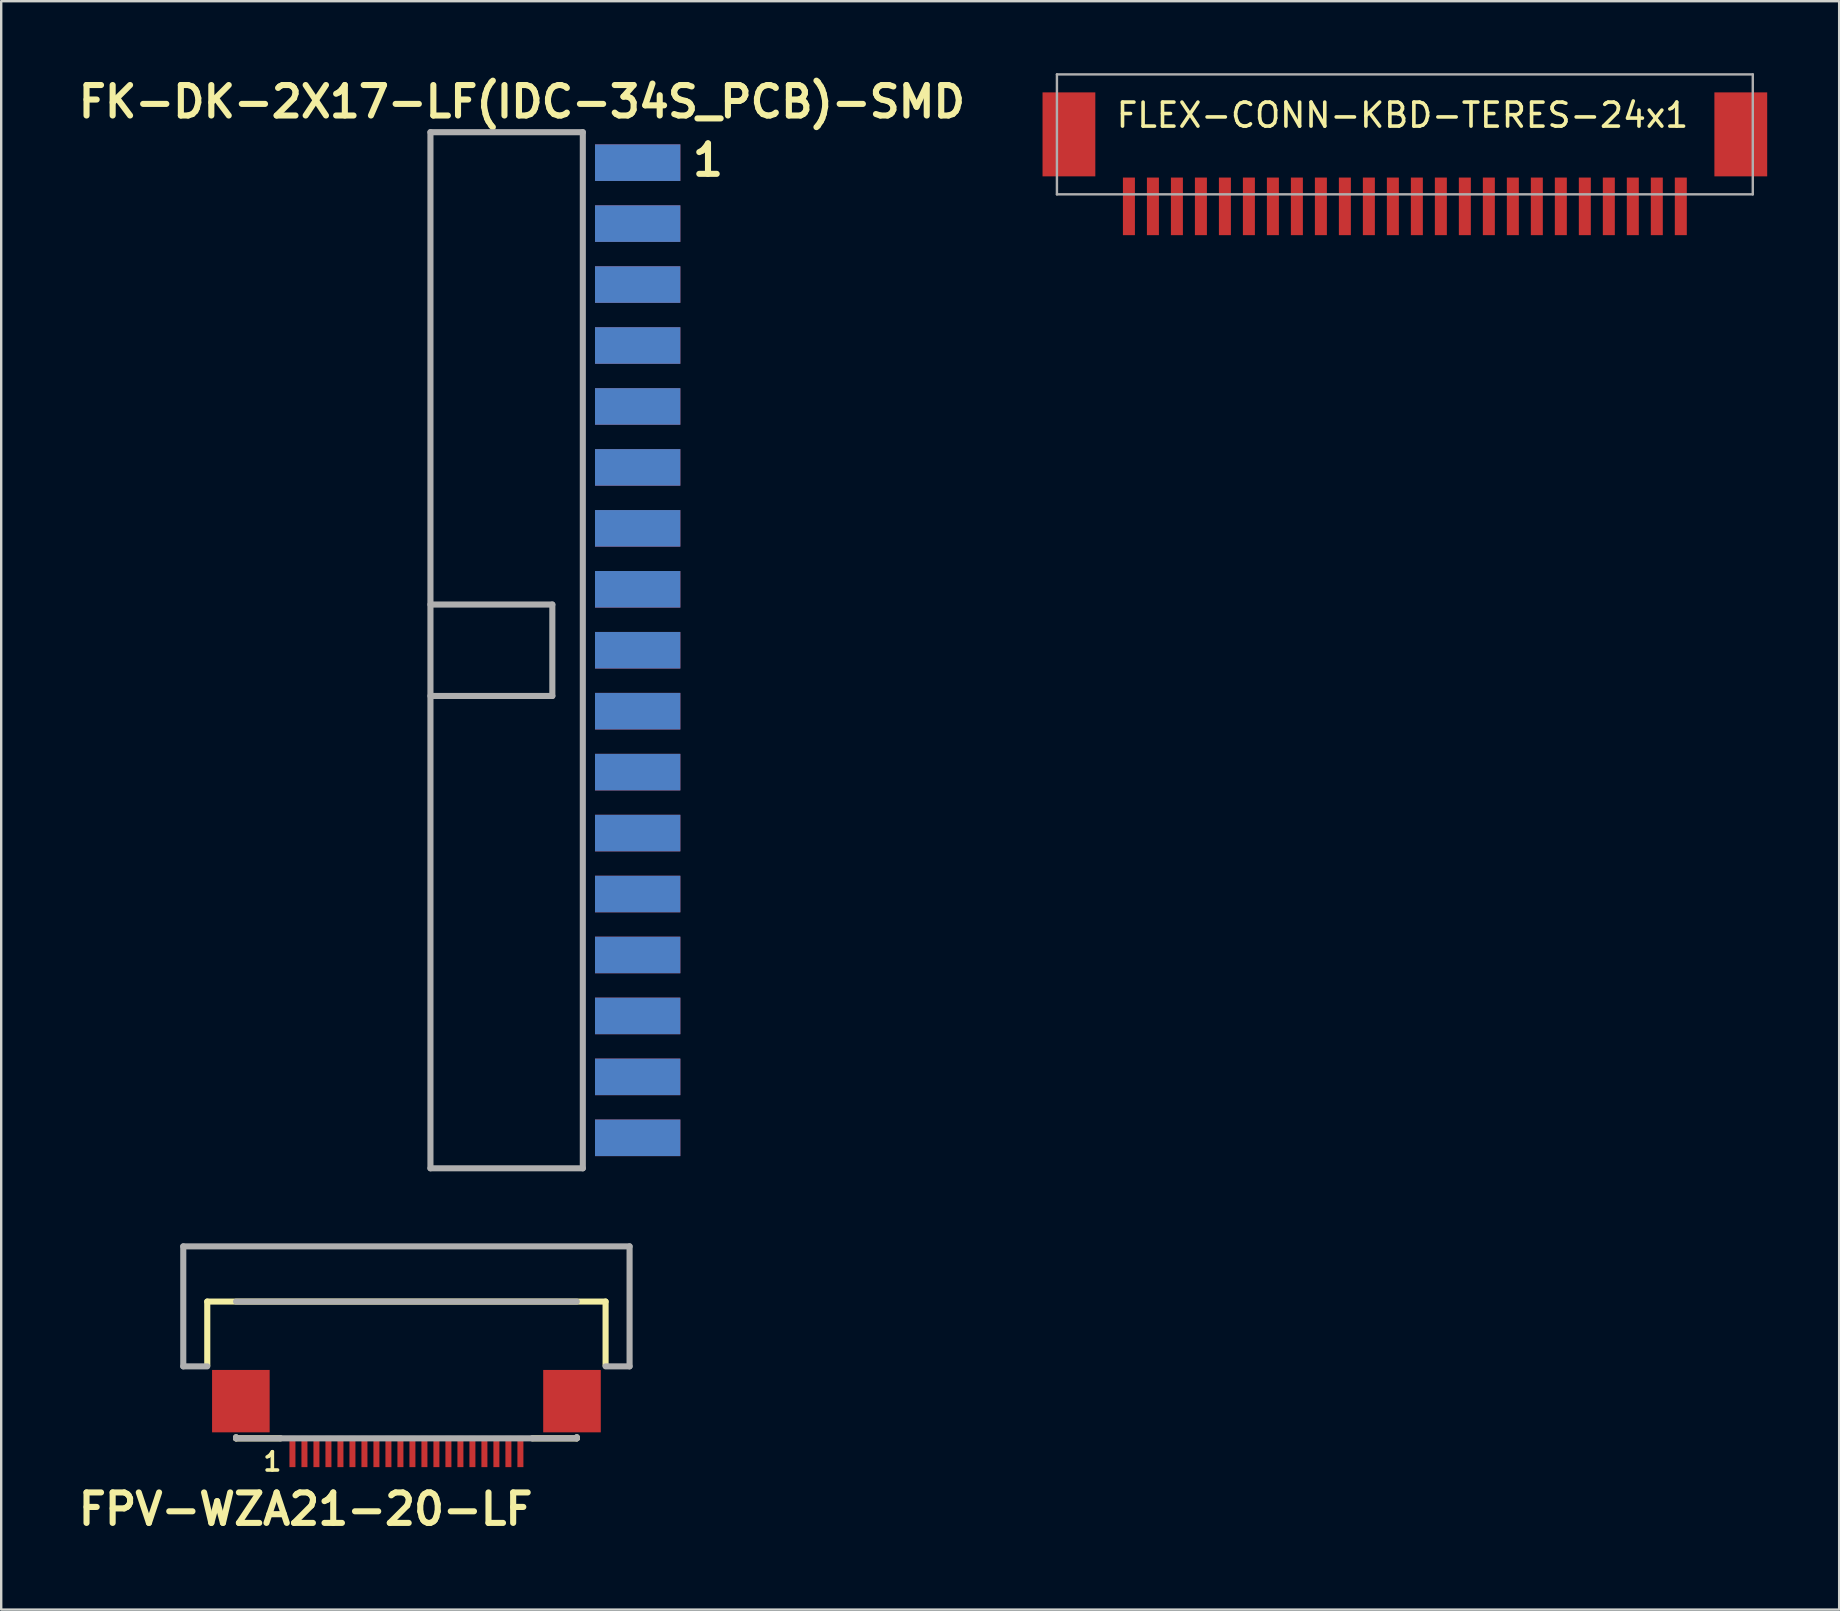
<source format=kicad_pcb>
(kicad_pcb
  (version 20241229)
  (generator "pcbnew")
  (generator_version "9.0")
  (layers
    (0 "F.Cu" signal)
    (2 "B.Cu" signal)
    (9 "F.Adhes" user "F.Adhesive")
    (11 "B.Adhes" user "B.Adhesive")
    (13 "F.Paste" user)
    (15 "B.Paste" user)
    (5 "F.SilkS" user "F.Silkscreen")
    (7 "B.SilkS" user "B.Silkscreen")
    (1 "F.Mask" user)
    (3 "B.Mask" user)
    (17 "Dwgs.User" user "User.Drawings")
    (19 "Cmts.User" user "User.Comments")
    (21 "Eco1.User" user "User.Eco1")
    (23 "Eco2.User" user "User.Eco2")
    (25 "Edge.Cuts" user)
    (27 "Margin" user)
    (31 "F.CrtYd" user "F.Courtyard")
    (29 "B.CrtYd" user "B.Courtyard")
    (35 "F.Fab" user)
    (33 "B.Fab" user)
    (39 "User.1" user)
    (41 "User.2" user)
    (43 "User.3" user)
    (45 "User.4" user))
  (footprint "FK-DK-2X17-LF(IDC-34S_PCB)-SMD"
    (layer "F.Cu")
    (at 18.699 24.049)
    (property "Reference" "FK-DK-2X17-LF(IDC-34S_PCB)-SMD" (at 0 -22.86 0) (layer "F.SilkS") (effects (font (size 1.27 1.27) (thickness 0.254))))
    (attr through_hole)
    (fp_line (start -3.81 -21.59) (end -3.81 21.59) (stroke (width 0.254) (type solid)) (layer "F.Fab"))
    (fp_line (start -3.81 -1.905) (end 1.27 -1.905) (stroke (width 0.254) (type solid)) (layer "F.Fab"))
    (fp_line (start -3.81 21.59) (end 2.54 21.59) (stroke (width 0.254) (type solid)) (layer "F.Fab"))
    (fp_line (start 1.27 -1.905) (end 1.27 1.905) (stroke (width 0.254) (type solid)) (layer "F.Fab"))
    (fp_line (start 1.27 1.905) (end -3.81 1.905) (stroke (width 0.254) (type solid)) (layer "F.Fab"))
    (fp_line (start 2.54 -21.59) (end -3.81 -21.59) (stroke (width 0.254) (type solid)) (layer "F.Fab"))
    (fp_line (start 2.54 -21.59) (end 2.54 21.59) (stroke (width 0.254) (type solid)) (layer "F.Fab"))
    (fp_text user "1" (at 6.985 -19.685 0) (unlocked yes) (layer "F.SilkS") (effects (font (size 1.27 1.27) (thickness 0.254) (bold yes)) (justify left bottom)))
    (pad "1" smd rect (at 4.826 -20.32) (size 3.556 1.524) (layers "F.Cu" "F.Mask"))
    (pad "2" smd rect (at 4.826 -20.32) (size 3.556 1.524) (layers "B.Cu" "B.Mask"))
    (pad "3" smd rect (at 4.826 -17.78) (size 3.556 1.524) (layers "F.Cu" "F.Mask"))
    (pad "4" smd rect (at 4.826 -17.78) (size 3.556 1.524) (layers "B.Cu" "B.Mask"))
    (pad "5" smd rect (at 4.826 -15.24) (size 3.556 1.524) (layers "F.Cu" "F.Mask"))
    (pad "6" smd rect (at 4.826 -15.24) (size 3.556 1.524) (layers "B.Cu" "B.Mask"))
    (pad "7" smd rect (at 4.826 -12.7) (size 3.556 1.524) (layers "F.Cu" "F.Mask"))
    (pad "8" smd rect (at 4.826 -12.7) (size 3.556 1.524) (layers "B.Cu" "B.Mask"))
    (pad "9" smd rect (at 4.826 -10.16) (size 3.556 1.524) (layers "F.Cu" "F.Mask"))
    (pad "10" smd rect (at 4.826 -10.16) (size 3.556 1.524) (layers "B.Cu" "B.Mask"))
    (pad "11" smd rect (at 4.826 -7.62) (size 3.556 1.524) (layers "F.Cu" "F.Mask"))
    (pad "12" smd rect (at 4.826 -7.62) (size 3.556 1.524) (layers "B.Cu" "B.Mask"))
    (pad "13" smd rect (at 4.826 -5.08) (size 3.556 1.524) (layers "F.Cu" "F.Mask"))
    (pad "14" smd rect (at 4.826 -5.08) (size 3.556 1.524) (layers "B.Cu" "B.Mask"))
    (pad "15" smd rect (at 4.826 -2.54) (size 3.556 1.524) (layers "F.Cu" "F.Mask"))
    (pad "16" smd rect (at 4.826 -2.54) (size 3.556 1.524) (layers "B.Cu" "B.Mask"))
    (pad "17" smd rect (at 4.826 0) (size 3.556 1.524) (layers "F.Cu" "F.Mask"))
    (pad "18" smd rect (at 4.826 0) (size 3.556 1.524) (layers "B.Cu" "B.Mask"))
    (pad "19" smd rect (at 4.826 2.54) (size 3.556 1.524) (layers "F.Cu" "F.Mask"))
    (pad "20" smd rect (at 4.826 2.54) (size 3.556 1.524) (layers "B.Cu" "B.Mask"))
    (pad "21" smd rect (at 4.826 5.08) (size 3.556 1.524) (layers "F.Cu" "F.Mask"))
    (pad "22" smd rect (at 4.826 5.08) (size 3.556 1.524) (layers "B.Cu" "B.Mask"))
    (pad "23" smd rect (at 4.826 7.62) (size 3.556 1.524) (layers "F.Cu" "F.Mask"))
    (pad "24" smd rect (at 4.826 7.62) (size 3.556 1.524) (layers "B.Cu" "B.Mask"))
    (pad "25" smd rect (at 4.826 10.16) (size 3.556 1.524) (layers "F.Cu" "F.Mask"))
    (pad "26" smd rect (at 4.826 10.16) (size 3.556 1.524) (layers "B.Cu" "B.Mask"))
    (pad "27" smd rect (at 4.826 12.7) (size 3.556 1.524) (layers "F.Cu" "F.Mask"))
    (pad "28" smd rect (at 4.826 12.7) (size 3.556 1.524) (layers "B.Cu" "B.Mask"))
    (pad "29" smd rect (at 4.826 15.24) (size 3.556 1.524) (layers "F.Cu" "F.Mask"))
    (pad "30" smd rect (at 4.826 15.24) (size 3.556 1.524) (layers "B.Cu" "B.Mask"))
    (pad "31" smd rect (at 4.826 17.78) (size 3.556 1.524) (layers "F.Cu" "F.Mask"))
    (pad "32" smd rect (at 4.826 17.78) (size 3.556 1.524) (layers "B.Cu" "B.Mask"))
    (pad "33" smd rect (at 4.826 20.32) (size 3.556 1.524) (layers "F.Cu" "F.Mask"))
    (pad "34" smd rect (at 4.826 20.32) (size 3.556 1.524) (layers "B.Cu" "B.Mask")))
  (footprint "FPV-WZA21-20-LF"
    (layer "F.Cu")
    (at 13.888 54.693)
    (property "Reference" "FPV-WZA21-20-LF" (at -4.2 5.15 0) (layer "F.SilkS") (effects (font (size 1.27 1.27) (thickness 0.254))))
    (attr smd)
    (fp_line (start -8.3 -3.5) (end 8.3 -3.5) (stroke (width 0.254) (type solid)) (layer "F.SilkS"))
    (fp_line (start -8.3 -0.84) (end -8.3 -3.5) (stroke (width 0.254) (type solid)) (layer "F.SilkS"))
    (fp_line (start -7.1 2.2) (end -7.1 2.16) (stroke (width 0.254) (type solid)) (layer "F.SilkS"))
    (fp_line (start -5.25 2.2) (end -7.1 2.2) (stroke (width 0.254) (type solid)) (layer "F.SilkS"))
    (fp_line (start 7.1 2.16) (end 7.1 2.2) (stroke (width 0.254) (type solid)) (layer "F.SilkS"))
    (fp_line (start 7.1 2.2) (end 5.25 2.2) (stroke (width 0.254) (type solid)) (layer "F.SilkS"))
    (fp_line (start 8.3 -3.5) (end 8.3 -0.84) (stroke (width 0.254) (type solid)) (layer "F.SilkS"))
    (fp_line (start -9.3 -5.8) (end 9.3 -5.8) (stroke (width 0.254) (type solid)) (layer "F.Fab"))
    (fp_line (start -9.3 -0.8) (end -9.3 -5.8) (stroke (width 0.254) (type solid)) (layer "F.Fab"))
    (fp_line (start -8.3 -0.8) (end -9.3 -0.8) (stroke (width 0.254) (type solid)) (layer "F.Fab"))
    (fp_line (start -7.1 2.15) (end -7.1 2.2) (stroke (width 0.254) (type solid)) (layer "F.Fab"))
    (fp_line (start -7.1 2.2) (end -5.25 2.2) (stroke (width 0.254) (type solid)) (layer "F.Fab"))
    (fp_line (start 5.249 2.2) (end -5.249 2.2) (stroke (width 0.254) (type solid)) (layer "F.Fab"))
    (fp_line (start 7.1 -3.5) (end -7.1 -3.5) (stroke (width 0.254) (type solid)) (layer "F.Fab"))
    (fp_line (start 7.1 2.15) (end 7.1 2.2) (stroke (width 0.254) (type solid)) (layer "F.Fab"))
    (fp_line (start 7.1 2.2) (end 5.25 2.2) (stroke (width 0.254) (type solid)) (layer "F.Fab"))
    (fp_line (start 9.3 -5.8) (end 9.3 -0.8) (stroke (width 0.254) (type solid)) (layer "F.Fab"))
    (fp_line (start 9.3 -0.8) (end 8.3 -0.8) (stroke (width 0.254) (type solid)) (layer "F.Fab"))
    (fp_text user "1" (at -5.588 3.175 0) (layer "F.SilkS") (effects (font (size 0.762 0.762) (thickness 0.15))))
    (pad "0" smd rect (at -6.9 0.65 180) (size 2.4 2.6) (layers "F.Cu" "F.Mask" "F.Paste"))
    (pad "0" smd rect (at 6.9 0.65 180) (size 2.4 2.6) (layers "F.Cu" "F.Mask" "F.Paste"))
    (pad "1" smd rect (at -4.75 2.75 180) (size 0.25 1.3) (layers "F.Cu" "F.Mask" "F.Paste"))
    (pad "2" smd rect (at -4.25 2.75 180) (size 0.25 1.3) (layers "F.Cu" "F.Mask" "F.Paste"))
    (pad "3" smd rect (at -3.75 2.75 180) (size 0.25 1.3) (layers "F.Cu" "F.Mask" "F.Paste"))
    (pad "4" smd rect (at -3.25 2.75 180) (size 0.25 1.3) (layers "F.Cu" "F.Mask" "F.Paste"))
    (pad "5" smd rect (at -2.75 2.75 180) (size 0.25 1.3) (layers "F.Cu" "F.Mask" "F.Paste"))
    (pad "6" smd rect (at -2.25 2.75 180) (size 0.25 1.3) (layers "F.Cu" "F.Mask" "F.Paste"))
    (pad "7" smd rect (at -1.75 2.75 180) (size 0.25 1.3) (layers "F.Cu" "F.Mask" "F.Paste"))
    (pad "8" smd rect (at -1.25 2.75 180) (size 0.25 1.3) (layers "F.Cu" "F.Mask" "F.Paste"))
    (pad "9" smd rect (at -0.75 2.75 180) (size 0.25 1.3) (layers "F.Cu" "F.Mask" "F.Paste"))
    (pad "10" smd rect (at -0.25 2.75 180) (size 0.25 1.3) (layers "F.Cu" "F.Mask" "F.Paste"))
    (pad "11" smd rect (at 0.25 2.75 180) (size 0.25 1.3) (layers "F.Cu" "F.Mask" "F.Paste"))
    (pad "12" smd rect (at 0.75 2.75 180) (size 0.25 1.3) (layers "F.Cu" "F.Mask" "F.Paste"))
    (pad "13" smd rect (at 1.25 2.75 180) (size 0.25 1.3) (layers "F.Cu" "F.Mask" "F.Paste"))
    (pad "14" smd rect (at 1.75 2.75 180) (size 0.25 1.3) (layers "F.Cu" "F.Mask" "F.Paste"))
    (pad "15" smd rect (at 2.25 2.75 180) (size 0.25 1.3) (layers "F.Cu" "F.Mask" "F.Paste"))
    (pad "16" smd rect (at 2.75 2.75 180) (size 0.25 1.3) (layers "F.Cu" "F.Mask" "F.Paste"))
    (pad "17" smd rect (at 3.25 2.75 180) (size 0.25 1.3) (layers "F.Cu" "F.Mask" "F.Paste"))
    (pad "18" smd rect (at 3.75 2.75 180) (size 0.25 1.3) (layers "F.Cu" "F.Mask" "F.Paste"))
    (pad "19" smd rect (at 4.25 2.75 180) (size 0.25 1.3) (layers "F.Cu" "F.Mask" "F.Paste"))
    (pad "20" smd rect (at 4.75 2.75 180) (size 0.25 1.3) (layers "F.Cu" "F.Mask" "F.Paste")))
  (footprint "FLEX-CONN-KBD-TERES-24x1"
    (layer "F.Cu")
    (at 55.498 2.3)
    (property "Reference" "FLEX-CONN-KBD-TERES-24x1" (at -0.1 -0.55 0) (layer "F.SilkS") (effects (font (size 1 1) (thickness 0.15))))
    (attr smd)
    (fp_line (start -14.5 -2.25) (end 14.5 -2.25) (stroke (width 0.1) (type solid)) (layer "F.Fab"))
    (fp_line (start -14.5 2.75) (end -14.5 -2.25) (stroke (width 0.1) (type solid)) (layer "F.Fab"))
    (fp_line (start 14.5 -2.25) (end 14.5 2.75) (stroke (width 0.1) (type solid)) (layer "F.Fab"))
    (fp_line (start 14.5 2.75) (end -14.5 2.75) (stroke (width 0.1) (type solid)) (layer "F.Fab"))
    (pad "0" smd rect (at -14 0.25) (size 2.2 3.5) (layers "F.Cu" "F.Mask" "F.Paste"))
    (pad "0" smd rect (at 14 0.25) (size 2.2 3.5) (layers "F.Cu" "F.Mask" "F.Paste"))
    (pad "1" smd rect (at -11.5 3.25) (size 0.5 2.4) (layers "F.Cu" "F.Mask" "F.Paste"))
    (pad "2" smd rect (at -10.5 3.25) (size 0.5 2.4) (layers "F.Cu" "F.Mask" "F.Paste"))
    (pad "3" smd rect (at -9.5 3.25) (size 0.5 2.4) (layers "F.Cu" "F.Mask" "F.Paste"))
    (pad "4" smd rect (at -8.5 3.25) (size 0.5 2.4) (layers "F.Cu" "F.Mask" "F.Paste"))
    (pad "5" smd rect (at -7.5 3.25) (size 0.5 2.4) (layers "F.Cu" "F.Mask" "F.Paste"))
    (pad "6" smd rect (at -6.5 3.25) (size 0.5 2.4) (layers "F.Cu" "F.Mask" "F.Paste"))
    (pad "7" smd rect (at -5.5 3.25) (size 0.5 2.4) (layers "F.Cu" "F.Mask" "F.Paste"))
    (pad "8" smd rect (at -4.5 3.25) (size 0.5 2.4) (layers "F.Cu" "F.Mask" "F.Paste"))
    (pad "9" smd rect (at -3.5 3.25) (size 0.5 2.4) (layers "F.Cu" "F.Mask" "F.Paste"))
    (pad "10" smd rect (at -2.5 3.25) (size 0.5 2.4) (layers "F.Cu" "F.Mask" "F.Paste"))
    (pad "11" smd rect (at -1.5 3.25) (size 0.5 2.4) (layers "F.Cu" "F.Mask" "F.Paste"))
    (pad "12" smd rect (at -0.5 3.25) (size 0.5 2.4) (layers "F.Cu" "F.Mask" "F.Paste"))
    (pad "13" smd rect (at 0.5 3.25) (size 0.5 2.4) (layers "F.Cu" "F.Mask" "F.Paste"))
    (pad "14" smd rect (at 1.5 3.25) (size 0.5 2.4) (layers "F.Cu" "F.Mask" "F.Paste"))
    (pad "15" smd rect (at 2.5 3.25) (size 0.5 2.4) (layers "F.Cu" "F.Mask" "F.Paste"))
    (pad "16" smd rect (at 3.5 3.25) (size 0.5 2.4) (layers "F.Cu" "F.Mask" "F.Paste"))
    (pad "17" smd rect (at 4.5 3.25) (size 0.5 2.4) (layers "F.Cu" "F.Mask" "F.Paste"))
    (pad "18" smd rect (at 5.5 3.25) (size 0.5 2.4) (layers "F.Cu" "F.Mask" "F.Paste"))
    (pad "19" smd rect (at 6.5 3.25) (size 0.5 2.4) (layers "F.Cu" "F.Mask" "F.Paste"))
    (pad "20" smd rect (at 7.5 3.25) (size 0.5 2.4) (layers "F.Cu" "F.Mask" "F.Paste"))
    (pad "21" smd rect (at 8.5 3.25) (size 0.5 2.4) (layers "F.Cu" "F.Mask" "F.Paste"))
    (pad "22" smd rect (at 9.5 3.25) (size 0.5 2.4) (layers "F.Cu" "F.Mask" "F.Paste"))
    (pad "23" smd rect (at 10.5 3.25) (size 0.5 2.4) (layers "F.Cu" "F.Mask" "F.Paste"))
    (pad "24" smd rect (at 11.5 3.25) (size 0.5 2.4) (layers "F.Cu" "F.Mask" "F.Paste")))
  (gr_rect
    (start -3 -3)
    (end 73.598 64.031)
    (stroke (width 0.1) (type default))
    (fill no)
    (layer "Edge.Cuts")))
</source>
